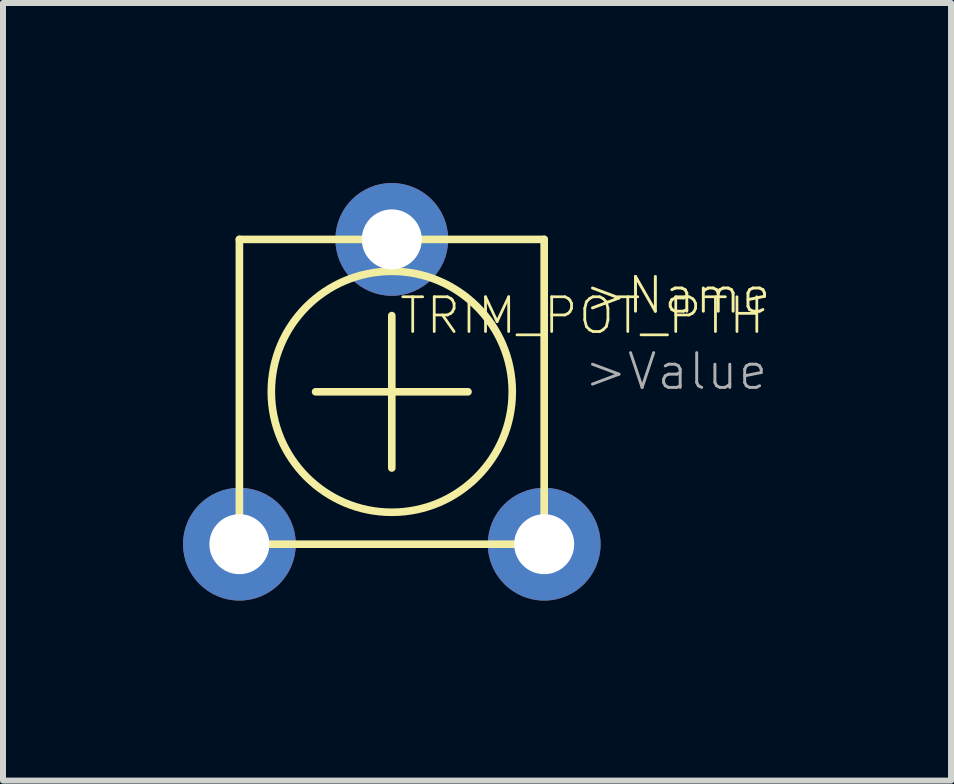
<source format=kicad_pcb>
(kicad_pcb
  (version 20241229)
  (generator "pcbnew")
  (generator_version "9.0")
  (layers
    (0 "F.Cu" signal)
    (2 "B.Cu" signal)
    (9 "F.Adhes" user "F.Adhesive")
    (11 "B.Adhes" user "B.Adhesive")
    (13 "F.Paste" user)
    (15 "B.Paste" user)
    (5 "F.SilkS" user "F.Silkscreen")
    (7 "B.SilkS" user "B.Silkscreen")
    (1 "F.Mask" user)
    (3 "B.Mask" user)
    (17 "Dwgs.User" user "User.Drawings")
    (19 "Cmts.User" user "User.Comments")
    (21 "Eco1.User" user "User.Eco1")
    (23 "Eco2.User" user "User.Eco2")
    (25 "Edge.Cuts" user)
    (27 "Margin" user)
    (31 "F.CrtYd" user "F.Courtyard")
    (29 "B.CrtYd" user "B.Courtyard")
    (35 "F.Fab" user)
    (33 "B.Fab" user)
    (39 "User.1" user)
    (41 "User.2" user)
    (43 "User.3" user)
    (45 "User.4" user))
  (footprint "TRIM_POT_PTH"
    (layer "F.Cu")
    (at 3.48 3.48)
    (property "Reference" "TRIM_POT_PTH" (at 3.175 -1.27 180) (layer "F.SilkS") (effects (font (size 0.579 0.579) (thickness 0.046))))
    (attr through_hole)
    (fp_line (start -2.54 -2.54) (end -2.54 2.54) (stroke (width 0.127) (type solid)) (layer "F.SilkS"))
    (fp_line (start -2.54 2.54) (end 2.54 2.54) (stroke (width 0.127) (type solid)) (layer "F.SilkS"))
    (fp_line (start -1.27 0) (end 0 0) (stroke (width 0.127) (type solid)) (layer "F.SilkS"))
    (fp_line (start 0 -1.27) (end 0 0) (stroke (width 0.127) (type solid)) (layer "F.SilkS"))
    (fp_line (start 0 0) (end 1.27 0) (stroke (width 0.127) (type solid)) (layer "F.SilkS"))
    (fp_line (start 0 1.27) (end 0 0) (stroke (width 0.127) (type solid)) (layer "F.SilkS"))
    (fp_line (start 2.54 -2.54) (end -2.54 -2.54) (stroke (width 0.127) (type solid)) (layer "F.SilkS"))
    (fp_line (start 2.54 2.54) (end 2.54 -2.54) (stroke (width 0.127) (type solid)) (layer "F.SilkS"))
    (fp_circle (center 0 0) (end 2.008 0) (stroke (width 0.127) (type solid)) (fill no) (layer "F.SilkS"))
    (fp_text user ">Name" (at 3.175 -1.27 0) (layer "F.SilkS") (effects (font (size 0.579 0.579) (thickness 0.049)) (justify left bottom)))
    (fp_text user ">Value" (at 3.175 0 0) (layer "F.Fab") (effects (font (size 0.579 0.579) (thickness 0.049)) (justify left bottom)))
    (pad "1" thru_hole circle (at -2.54 2.54 180) (size 1.88 1.88) (drill 1) (layers "*.Cu" "*.Mask"))
    (pad "2" thru_hole circle (at 0 -2.54 180) (size 1.88 1.88) (drill 1) (layers "*.Cu" "*.Mask"))
    (pad "3" thru_hole circle (at 2.54 2.54 180) (size 1.88 1.88) (drill 1) (layers "*.Cu" "*.Mask")))
  (gr_rect
    (start -3 -3)
    (end 12.801 9.96)
    (stroke (width 0.1) (type default))
    (fill no)
    (layer "Edge.Cuts")))
</source>
